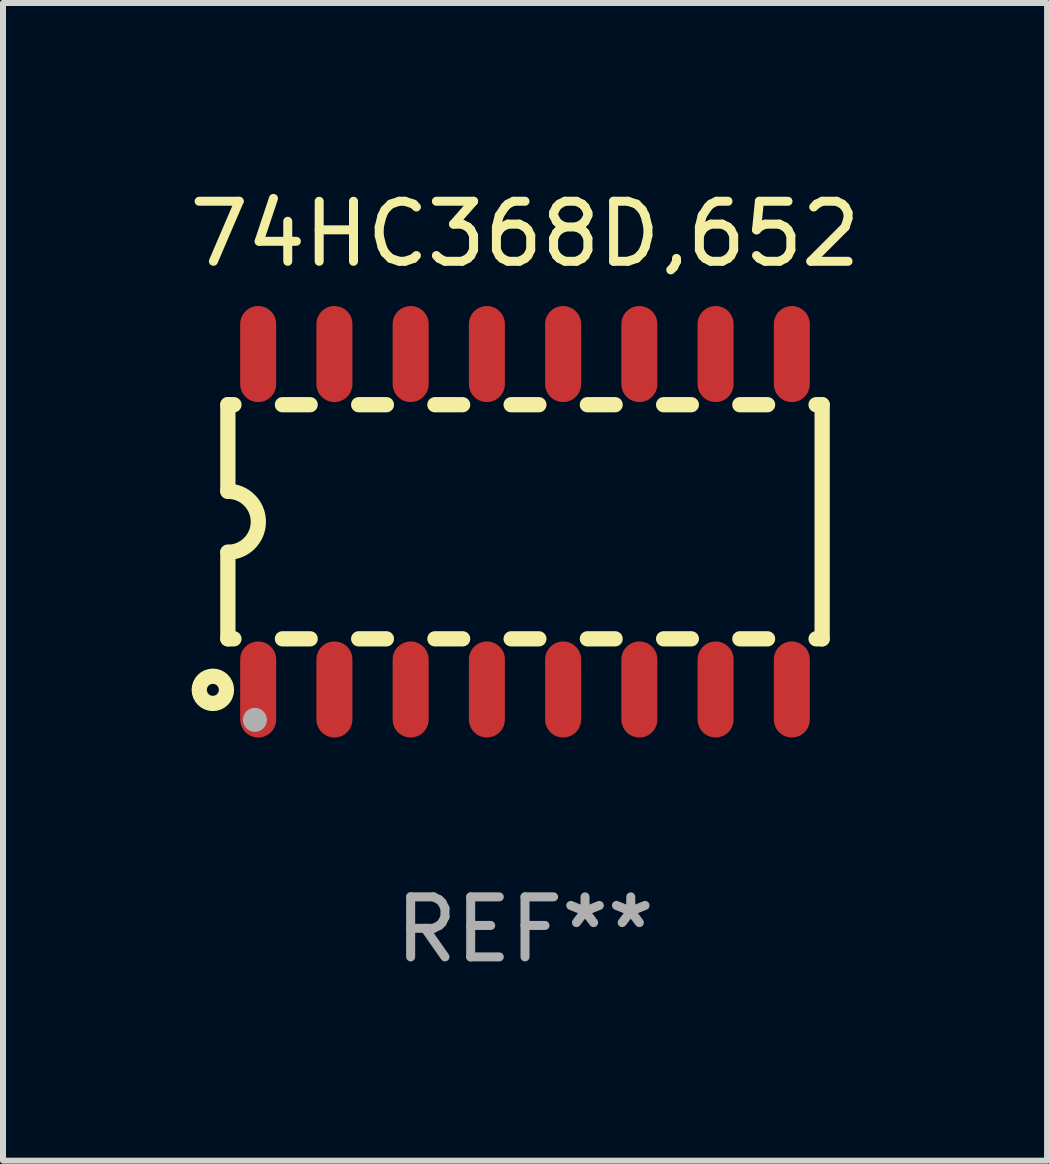
<source format=kicad_pcb>
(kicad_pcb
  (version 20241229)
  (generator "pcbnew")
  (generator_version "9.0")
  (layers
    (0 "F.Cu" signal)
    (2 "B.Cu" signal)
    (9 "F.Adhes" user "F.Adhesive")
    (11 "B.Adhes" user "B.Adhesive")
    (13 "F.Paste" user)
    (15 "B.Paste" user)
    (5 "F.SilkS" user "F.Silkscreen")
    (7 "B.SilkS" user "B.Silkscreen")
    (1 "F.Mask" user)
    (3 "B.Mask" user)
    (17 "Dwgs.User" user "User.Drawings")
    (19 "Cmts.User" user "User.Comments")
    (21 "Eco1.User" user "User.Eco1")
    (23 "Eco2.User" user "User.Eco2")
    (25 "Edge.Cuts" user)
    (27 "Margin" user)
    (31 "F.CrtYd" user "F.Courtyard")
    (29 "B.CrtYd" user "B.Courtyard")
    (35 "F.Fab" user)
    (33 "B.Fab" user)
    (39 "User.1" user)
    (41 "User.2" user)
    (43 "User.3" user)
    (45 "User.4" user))
  (footprint "74HC368D,652"
    (layer "F.Cu")
    (at 5.696 5.642)
    (property "Reference" "74HC368D,652" (at 0 -4.794 0) (layer "F.SilkS") (effects (font (size 1 1) (thickness 0.15))))
    (attr through_hole)
    (fp_line (start -4.95 -1.95) (end -4.95 -0.508) (stroke (width 0.254) (type solid)) (layer "F.SilkS"))
    (fp_line (start -4.95 -1.95) (end -4.849 -1.95) (stroke (width 0.254) (type solid)) (layer "F.SilkS"))
    (fp_line (start -4.95 1.95) (end -4.95 0.508) (stroke (width 0.254) (type solid)) (layer "F.SilkS"))
    (fp_line (start -4.95 1.95) (end -4.849 1.95) (stroke (width 0.254) (type solid)) (layer "F.SilkS"))
    (fp_line (start -4.041 -1.95) (end -3.579 -1.95) (stroke (width 0.254) (type solid)) (layer "F.SilkS"))
    (fp_line (start -4.041 1.95) (end -3.579 1.95) (stroke (width 0.254) (type solid)) (layer "F.SilkS"))
    (fp_line (start -2.771 -1.95) (end -2.309 -1.95) (stroke (width 0.254) (type solid)) (layer "F.SilkS"))
    (fp_line (start -2.771 1.95) (end -2.309 1.95) (stroke (width 0.254) (type solid)) (layer "F.SilkS"))
    (fp_line (start -1.501 -1.95) (end -1.039 -1.95) (stroke (width 0.254) (type solid)) (layer "F.SilkS"))
    (fp_line (start -1.501 1.95) (end -1.039 1.95) (stroke (width 0.254) (type solid)) (layer "F.SilkS"))
    (fp_line (start -0.231 -1.95) (end 0.231 -1.95) (stroke (width 0.254) (type solid)) (layer "F.SilkS"))
    (fp_line (start -0.231 1.95) (end 0.231 1.95) (stroke (width 0.254) (type solid)) (layer "F.SilkS"))
    (fp_line (start 1.039 -1.95) (end 1.501 -1.95) (stroke (width 0.254) (type solid)) (layer "F.SilkS"))
    (fp_line (start 1.039 1.95) (end 1.501 1.95) (stroke (width 0.254) (type solid)) (layer "F.SilkS"))
    (fp_line (start 2.309 -1.95) (end 2.771 -1.95) (stroke (width 0.254) (type solid)) (layer "F.SilkS"))
    (fp_line (start 2.309 1.95) (end 2.771 1.95) (stroke (width 0.254) (type solid)) (layer "F.SilkS"))
    (fp_line (start 3.579 -1.95) (end 4.041 -1.95) (stroke (width 0.254) (type solid)) (layer "F.SilkS"))
    (fp_line (start 3.579 1.95) (end 4.041 1.95) (stroke (width 0.254) (type solid)) (layer "F.SilkS"))
    (fp_line (start 4.849 -1.95) (end 4.95 -1.95) (stroke (width 0.254) (type solid)) (layer "F.SilkS"))
    (fp_line (start 4.849 1.95) (end 4.95 1.95) (stroke (width 0.254) (type solid)) (layer "F.SilkS"))
    (fp_line (start 4.95 -1.95) (end 4.95 1.95) (stroke (width 0.254) (type solid)) (layer "F.SilkS"))
    (fp_arc (start -4.95047 -0.508001) (mid -4.442469 -0.000228) (end -4.950013 0.508001) (stroke (width 0.254001) (type solid)) (layer "F.SilkS"))
    (fp_circle (center -5.2 2.8) (end -5.1 2.8) (stroke (width 0.254) (type solid)) (fill no) (layer "F.SilkS"))
    (fp_circle (center -4.95 2.947) (end -4.92 2.947) (stroke (width 0.06) (type solid)) (fill no) (layer "F.SilkS"))
    (fp_circle (center -4.5 3.3) (end -4.4 3.3) (stroke (width 0.2) (type solid)) (fill no) (layer "F.Fab"))
    (fp_text user "REF**" (at 0 6.794 0) (layer "F.Fab") (effects (font (size 1 1) (thickness 0.15))))
    (pad "1" smd oval (at -4.445 2.794) (size 0.6 1.6) (layers "F.Cu" "F.Mask" "F.Paste"))
    (pad "2" smd oval (at -3.175 2.794) (size 0.6 1.6) (layers "F.Cu" "F.Mask" "F.Paste"))
    (pad "3" smd oval (at -1.905 2.794) (size 0.6 1.6) (layers "F.Cu" "F.Mask" "F.Paste"))
    (pad "4" smd oval (at -0.635 2.794) (size 0.6 1.6) (layers "F.Cu" "F.Mask" "F.Paste"))
    (pad "5" smd oval (at 0.635 2.794) (size 0.6 1.6) (layers "F.Cu" "F.Mask" "F.Paste"))
    (pad "6" smd oval (at 1.905 2.794) (size 0.6 1.6) (layers "F.Cu" "F.Mask" "F.Paste"))
    (pad "7" smd oval (at 3.175 2.794) (size 0.6 1.6) (layers "F.Cu" "F.Mask" "F.Paste"))
    (pad "8" smd oval (at 4.445 2.794) (size 0.6 1.6) (layers "F.Cu" "F.Mask" "F.Paste"))
    (pad "9" smd oval (at 4.445 -2.794) (size 0.6 1.6) (layers "F.Cu" "F.Mask" "F.Paste"))
    (pad "10" smd oval (at 3.175 -2.794) (size 0.6 1.6) (layers "F.Cu" "F.Mask" "F.Paste"))
    (pad "11" smd oval (at 1.905 -2.794) (size 0.6 1.6) (layers "F.Cu" "F.Mask" "F.Paste"))
    (pad "12" smd oval (at 0.635 -2.794) (size 0.6 1.6) (layers "F.Cu" "F.Mask" "F.Paste"))
    (pad "13" smd oval (at -0.635 -2.794) (size 0.6 1.6) (layers "F.Cu" "F.Mask" "F.Paste"))
    (pad "14" smd oval (at -1.905 -2.794) (size 0.6 1.6) (layers "F.Cu" "F.Mask" "F.Paste"))
    (pad "15" smd oval (at -3.175 -2.794) (size 0.6 1.6) (layers "F.Cu" "F.Mask" "F.Paste"))
    (pad "16" smd oval (at -4.445 -2.794) (size 0.6 1.6) (layers "F.Cu" "F.Mask" "F.Paste")))
  (gr_rect
    (start -3 -3)
    (end 14.393 16.285)
    (stroke (width 0.1) (type default))
    (fill no)
    (layer "Edge.Cuts")))
</source>
